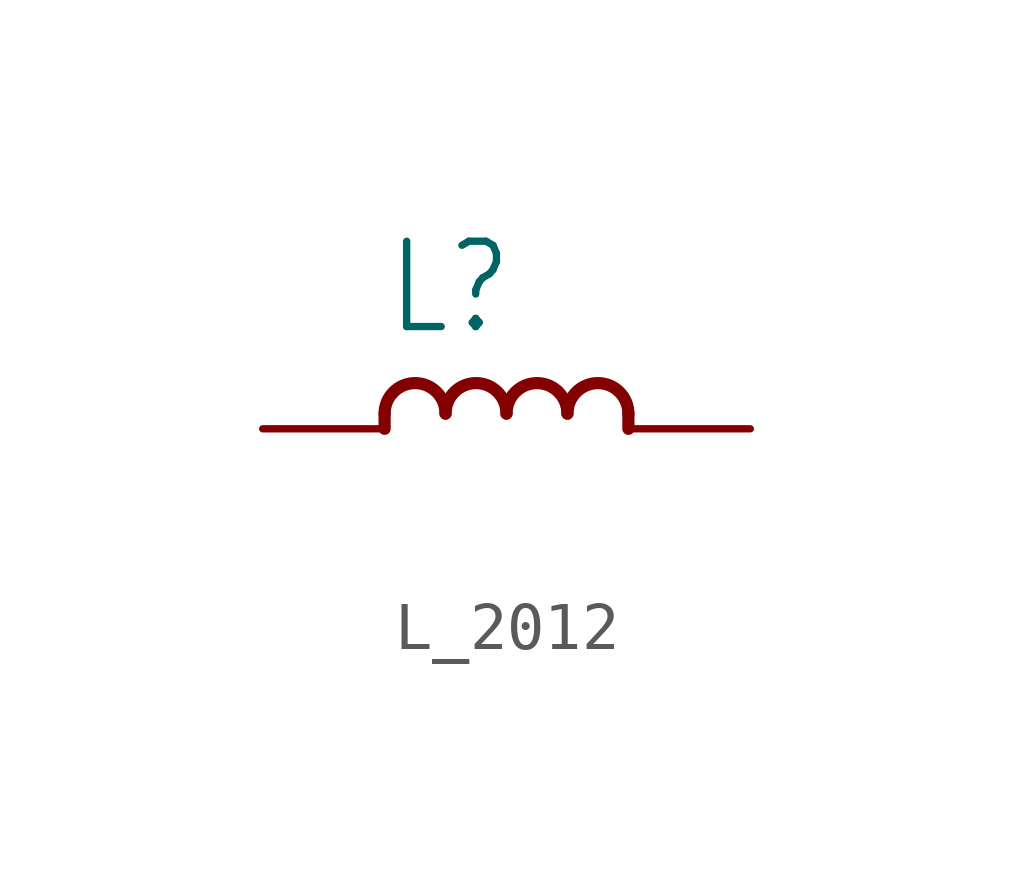
<source format=kicad_sym>
(kicad_symbol_lib
  (version 20220914)
  (generator kicad_symbol_editor)
  (symbol "L_2012"
    (property "Reference" "L"
      (at -2.54 1.905 0)
      (effects (font (size 1.778 1.511)) (justify left bottom)))
    (property "Value" ""
      (at -2.54 -2.54 0)
      (effects (font (size 1.778 1.511)) (justify left bottom)))
    (property "ki_locked" ""
      (at 0 0 0)
      (effects (font (size 1.27 1.27))))
    (symbol "L_2012_1_0"
      (arc (start -1.27 0.3173) (mid -1.9049 0.9497) (end -2.54 0.3175) (stroke (width 0.254) (type solid)) (fill (type none)))
      (polyline (pts (xy -2.54 0.318) (xy -2.54 0)) (stroke (width 0.254) (type solid)) (fill (type none)))
      (polyline (pts (xy 2.54 0.318) (xy 2.54 0)) (stroke (width 0.254) (type solid)) (fill (type none)))
      (arc (start 0 0.3173) (mid -0.6349 0.9497) (end -1.27 0.3175) (stroke (width 0.254) (type solid)) (fill (type none)))
      (arc (start 1.27 0.3173) (mid 0.6351 0.9497) (end 0 0.3175) (stroke (width 0.254) (type solid)) (fill (type none)))
      (arc (start 2.54 0.3173) (mid 1.9051 0.9497) (end 1.27 0.3175) (stroke (width 0.254) (type solid)) (fill (type none)))
      (pin passive line (at 5.08 0 180) (length 2.54) (name "1" (effects (font (size 0 0)))) (number "1" (effects (font (size 0 0)))))
      (pin passive line (at -5.08 0 0) (length 2.54) (name "2" (effects (font (size 0 0)))) (number "2" (effects (font (size 0 0))))))))
</source>
